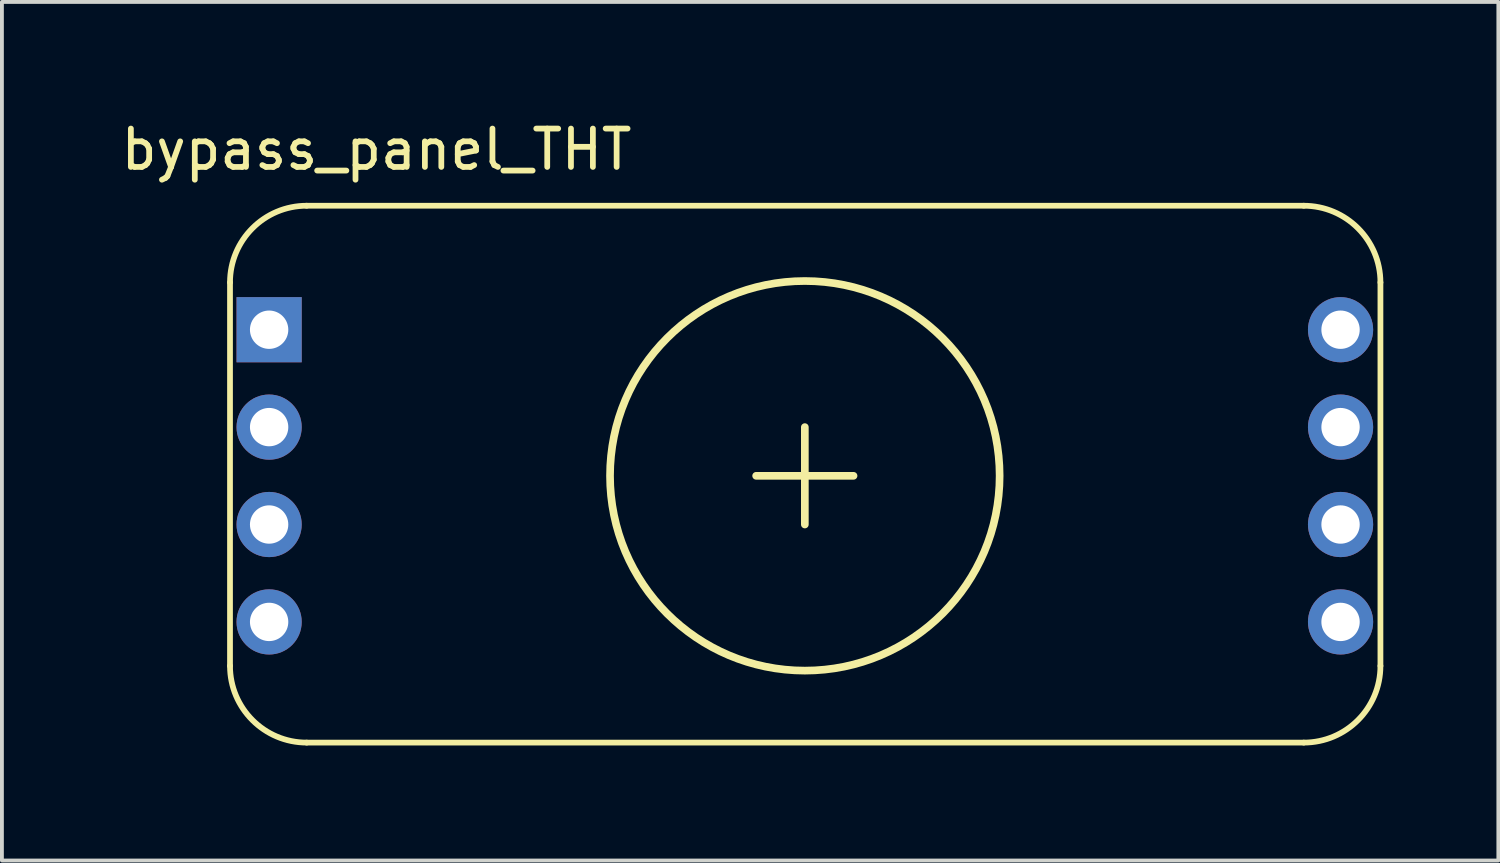
<source format=kicad_pcb>
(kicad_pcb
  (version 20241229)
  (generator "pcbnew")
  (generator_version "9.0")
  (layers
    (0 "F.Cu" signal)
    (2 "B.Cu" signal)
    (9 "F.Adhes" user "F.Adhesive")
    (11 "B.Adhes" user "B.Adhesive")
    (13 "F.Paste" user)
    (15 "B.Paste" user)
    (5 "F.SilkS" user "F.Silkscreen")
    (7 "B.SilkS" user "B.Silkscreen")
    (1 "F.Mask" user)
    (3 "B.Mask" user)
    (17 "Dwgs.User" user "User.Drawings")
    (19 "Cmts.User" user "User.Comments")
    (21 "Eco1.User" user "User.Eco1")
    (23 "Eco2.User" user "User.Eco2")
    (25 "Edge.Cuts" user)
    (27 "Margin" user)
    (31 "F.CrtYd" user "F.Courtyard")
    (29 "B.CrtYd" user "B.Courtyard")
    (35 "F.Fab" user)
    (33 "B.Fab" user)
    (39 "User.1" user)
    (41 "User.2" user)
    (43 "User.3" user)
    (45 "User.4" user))
  (footprint "bypass_panel_THT"
    (layer "F.Cu")
    (at 3.968 5.548)
    (property "Reference" "bypass_panel_THT" (at 2.8 -4.7 0) (layer "F.SilkS") (effects (font (size 1 1) (thickness 0.15))))
    (attr through_hole)
    (fp_line (start -1.02 8.767) (end -1.02 -1.233) (stroke (width 0.15) (type solid)) (layer "F.SilkS"))
    (fp_line (start 0.98 -3.233) (end 26.98 -3.233) (stroke (width 0.15) (type solid)) (layer "F.SilkS"))
    (fp_line (start 12.7 3.81) (end 15.24 3.81) (stroke (width 0.2) (type solid)) (layer "F.SilkS"))
    (fp_line (start 13.97 2.54) (end 13.97 5.08) (stroke (width 0.2) (type solid)) (layer "F.SilkS"))
    (fp_line (start 26.98 10.767) (end 0.98 10.767) (stroke (width 0.15) (type solid)) (layer "F.SilkS"))
    (fp_line (start 28.98 -1.233) (end 28.98 8.767) (stroke (width 0.15) (type solid)) (layer "F.SilkS"))
    (fp_arc (start -1.02 -1.233) (mid -0.434214 -2.647214) (end 0.98 -3.233) (stroke (width 0.15) (type solid)) (layer "F.SilkS"))
    (fp_arc (start 0.98 10.767) (mid -0.434214 10.181214) (end -1.02 8.767) (stroke (width 0.15) (type solid)) (layer "F.SilkS"))
    (fp_arc (start 26.98 -3.233) (mid 28.394214 -2.647214) (end 28.98 -1.233) (stroke (width 0.15) (type solid)) (layer "F.SilkS"))
    (fp_arc (start 28.98 8.767) (mid 28.394214 10.181214) (end 26.98 10.767) (stroke (width 0.15) (type solid)) (layer "F.SilkS"))
    (fp_circle (center 13.97 3.81) (end 19.05 3.81) (stroke (width 0.2) (type solid)) (fill no) (layer "F.SilkS"))
    (pad "1" thru_hole rect (at 0 0) (size 1.7 1.7) (drill 1) (layers "*.Cu" "*.Mask"))
    (pad "1" thru_hole oval (at 27.94 7.62) (size 1.7 1.7) (drill 1) (layers "*.Cu" "*.Mask"))
    (pad "2" thru_hole oval (at 0 7.62) (size 1.7 1.7) (drill 1) (layers "*.Cu" "*.Mask"))
    (pad "2" thru_hole oval (at 27.94 0) (size 1.7 1.7) (drill 1) (layers "*.Cu" "*.Mask"))
    (pad "3" thru_hole oval (at 0 5.08) (size 1.7 1.7) (drill 1) (layers "*.Cu" "*.Mask"))
    (pad "3" thru_hole oval (at 27.94 2.54) (size 1.7 1.7) (drill 1) (layers "*.Cu" "*.Mask"))
    (pad "4" thru_hole oval (at 0 2.54) (size 1.7 1.7) (drill 1) (layers "*.Cu" "*.Mask"))
    (pad "4" thru_hole oval (at 27.94 5.08) (size 1.7 1.7) (drill 1) (layers "*.Cu" "*.Mask")))
  (gr_rect
    (start -3 -3)
    (end 36.023 19.39)
    (stroke (width 0.1) (type default))
    (fill no)
    (layer "Edge.Cuts")))
</source>
